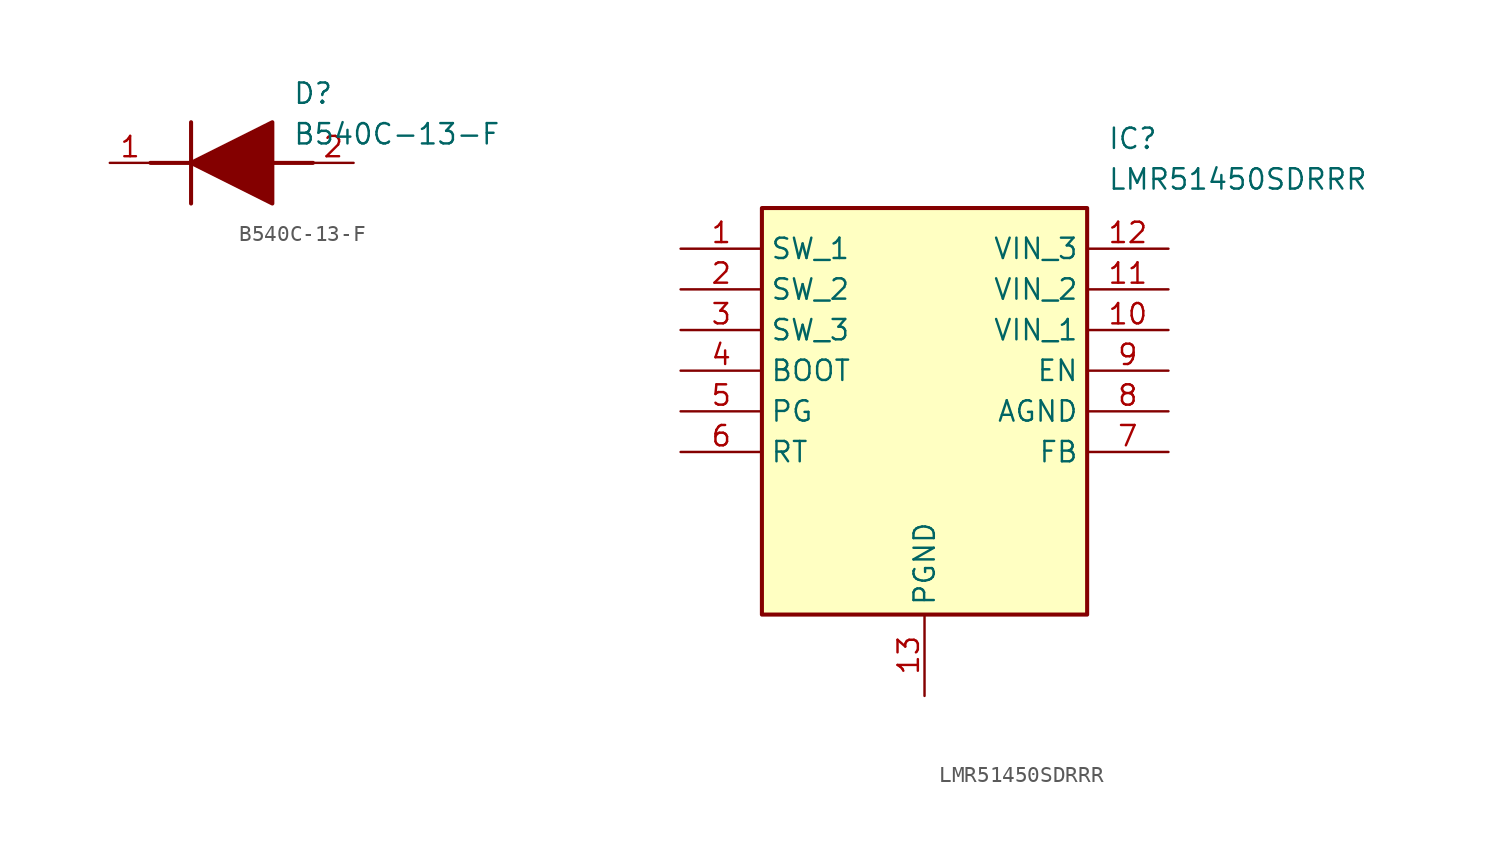
<source format=kicad_sym>
(kicad_symbol_lib
  (version 20220914)
  (generator SamacSys_ECAD_Model)
  (symbol "B540C-13-F"
    (pin_names hide)
    (property "Reference" "D"
      (at 11.43 5.08 0)
      (effects (font (size 1.27 1.27)) (justify left top)))
    (property "Value" "B540C-13-F"
      (at 11.43 2.54 0)
      (effects (font (size 1.27 1.27)) (justify left top)))
    (polyline
      (pts (xy 5.08 2.54) (xy 5.08 -2.54))
      (stroke (width 0.254) (type default))
      (fill (type none)))
    (polyline
      (pts (xy 2.54 0) (xy 5.08 0))
      (stroke (width 0.254) (type default))
      (fill (type none)))
    (polyline
      (pts (xy 10.16 0) (xy 12.7 0))
      (stroke (width 0.254) (type default))
      (fill (type none)))
    (polyline
      (pts (xy 5.08 0) (xy 10.16 2.54) (xy 10.16 -2.54) (xy 5.08 0))
      (stroke (width 0.254) (type default))
      (fill (type outline)))
    (pin passive line
      (at 0 0 0)
      (length 2.54)
      (name "K" (effects (font (size 1.27 1.27))))
      (number "1" (effects (font (size 1.27 1.27)))))
    (pin passive line
      (at 15.24 0 180)
      (length 2.54)
      (name "A" (effects (font (size 1.27 1.27))))
      (number "2" (effects (font (size 1.27 1.27))))))
  (symbol "LMR51450SDRRR"
    (property "Reference" "IC"
      (at 26.67 7.62 0)
      (effects (font (size 1.27 1.27)) (justify left top)))
    (property "Value" "LMR51450SDRRR"
      (at 26.67 5.08 0)
      (effects (font (size 1.27 1.27)) (justify left top)))
    (rectangle
      (start 5.08 2.54)
      (end 25.4 -22.86)
      (stroke (width 0.254) (type default))
      (fill (type background)))
    (pin passive line
      (at 0 0 0)
      (length 5.08)
      (name "SW_1" (effects (font (size 1.27 1.27))))
      (number "1" (effects (font (size 1.27 1.27)))))
    (pin passive line
      (at 0 -2.54 0)
      (length 5.08)
      (name "SW_2" (effects (font (size 1.27 1.27))))
      (number "2" (effects (font (size 1.27 1.27)))))
    (pin passive line
      (at 0 -5.08 0)
      (length 5.08)
      (name "SW_3" (effects (font (size 1.27 1.27))))
      (number "3" (effects (font (size 1.27 1.27)))))
    (pin passive line
      (at 0 -7.62 0)
      (length 5.08)
      (name "BOOT" (effects (font (size 1.27 1.27))))
      (number "4" (effects (font (size 1.27 1.27)))))
    (pin passive line
      (at 0 -10.16 0)
      (length 5.08)
      (name "PG" (effects (font (size 1.27 1.27))))
      (number "5" (effects (font (size 1.27 1.27)))))
    (pin passive line
      (at 0 -12.7 0)
      (length 5.08)
      (name "RT" (effects (font (size 1.27 1.27))))
      (number "6" (effects (font (size 1.27 1.27)))))
    (pin passive line
      (at 15.24 -27.94 90)
      (length 5.08)
      (name "PGND" (effects (font (size 1.27 1.27))))
      (number "13" (effects (font (size 1.27 1.27)))))
    (pin passive line
      (at 30.48 0 180)
      (length 5.08)
      (name "VIN_3" (effects (font (size 1.27 1.27))))
      (number "12" (effects (font (size 1.27 1.27)))))
    (pin passive line
      (at 30.48 -2.54 180)
      (length 5.08)
      (name "VIN_2" (effects (font (size 1.27 1.27))))
      (number "11" (effects (font (size 1.27 1.27)))))
    (pin passive line
      (at 30.48 -5.08 180)
      (length 5.08)
      (name "VIN_1" (effects (font (size 1.27 1.27))))
      (number "10" (effects (font (size 1.27 1.27)))))
    (pin passive line
      (at 30.48 -7.62 180)
      (length 5.08)
      (name "EN" (effects (font (size 1.27 1.27))))
      (number "9" (effects (font (size 1.27 1.27)))))
    (pin passive line
      (at 30.48 -10.16 180)
      (length 5.08)
      (name "AGND" (effects (font (size 1.27 1.27))))
      (number "8" (effects (font (size 1.27 1.27)))))
    (pin passive line
      (at 30.48 -12.7 180)
      (length 5.08)
      (name "FB" (effects (font (size 1.27 1.27))))
      (number "7" (effects (font (size 1.27 1.27)))))))
</source>
